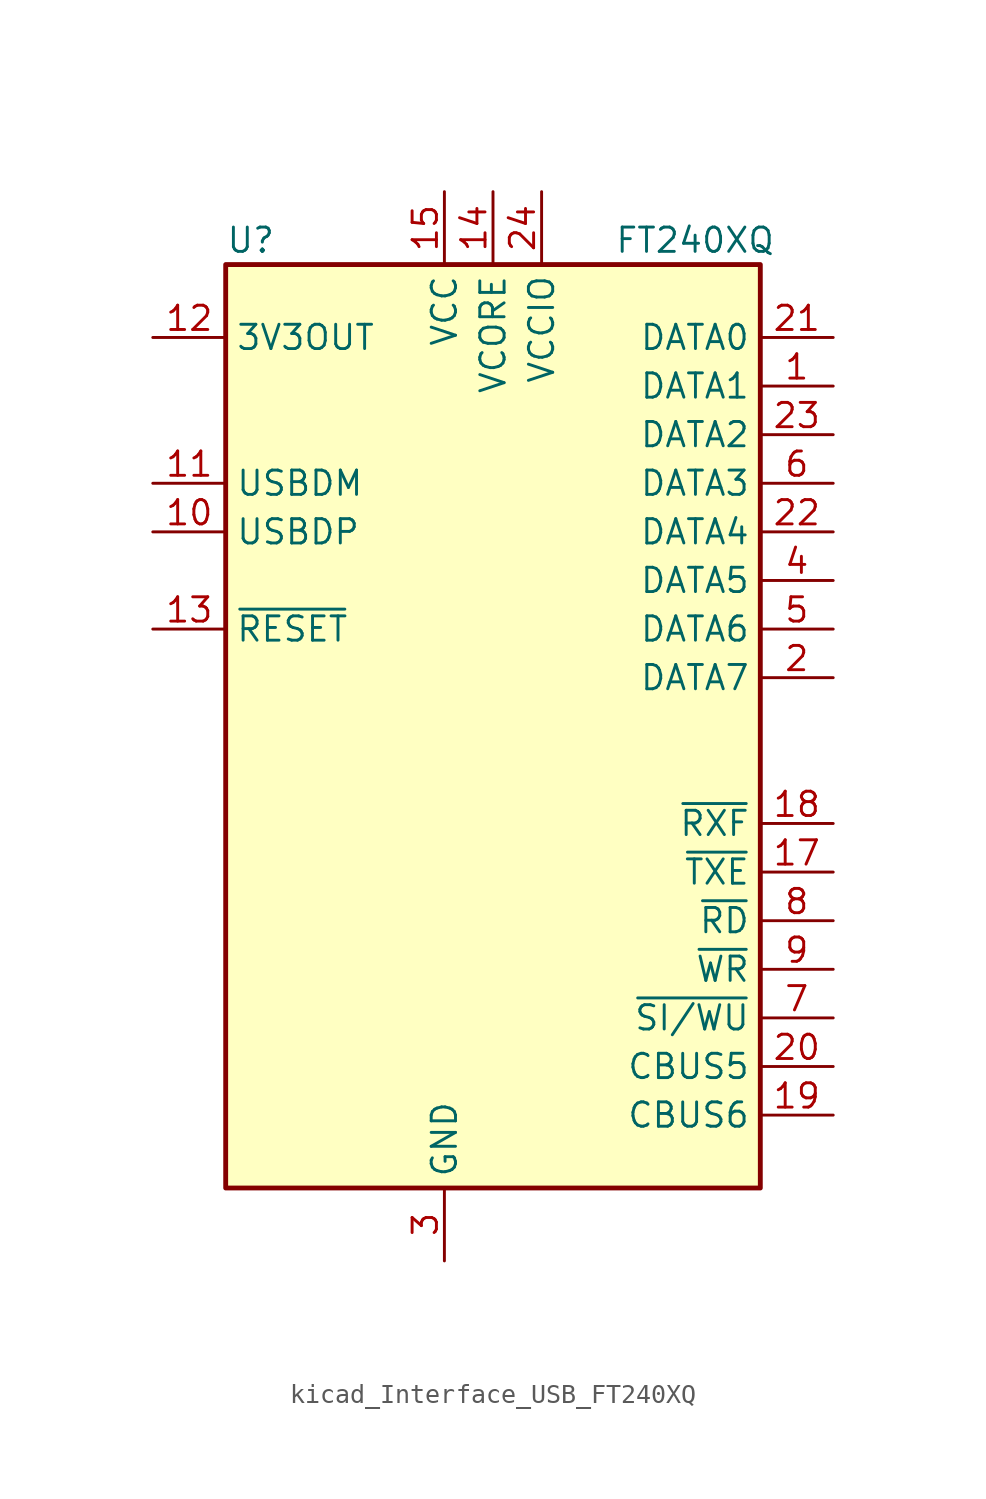
<source format=kicad_sym>
(kicad_symbol_lib
  (version 20220914)
  (generator kicad_symbol_editor)
  (symbol "kicad_Interface_USB_FT240XQ"
    (property "Reference" "U"
      (at -13.97 25.4 0)
      (effects (font (size 1.27 1.27)) (justify left)))
    (property "Value" "FT240XQ"
      (at 6.35 25.4 0)
      (effects (font (size 1.27 1.27)) (justify left)))
    (symbol "kicad_Interface_USB_FT240XQ_0_1"
      (rectangle (start 13.97 -24.13) (end -13.97 24.13) (stroke (width 0.254) (type default)) (fill (type background))))
    (symbol "kicad_Interface_USB_FT240XQ_1_1"
      (pin bidirectional line (at 17.78 17.78 180) (length 3.81) (name "DATA1" (effects (font (size 1.27 1.27)))) (number "1" (effects (font (size 1.27 1.27)))))
      (pin bidirectional line (at -17.78 10.16 0) (length 3.81) (name "USBDP" (effects (font (size 1.27 1.27)))) (number "10" (effects (font (size 1.27 1.27)))))
      (pin bidirectional line (at -17.78 12.7 0) (length 3.81) (name "USBDM" (effects (font (size 1.27 1.27)))) (number "11" (effects (font (size 1.27 1.27)))))
      (pin power_out line (at -17.78 20.32 0) (length 3.81) (name "3V3OUT" (effects (font (size 1.27 1.27)))) (number "12" (effects (font (size 1.27 1.27)))))
      (pin input line (at -17.78 5.08 0) (length 3.81) (name "~{RESET}" (effects (font (size 1.27 1.27)))) (number "13" (effects (font (size 1.27 1.27)))))
      (pin power_out line (at 0 27.94 270) (length 3.81) (name "VCORE" (effects (font (size 1.27 1.27)))) (number "14" (effects (font (size 1.27 1.27)))))
      (pin power_in line (at -2.54 27.94 270) (length 3.81) (name "VCC" (effects (font (size 1.27 1.27)))) (number "15" (effects (font (size 1.27 1.27)))))
      (pin passive line (at -2.54 -27.94 90) (length 3.81) hide (name "GND" (effects (font (size 1.27 1.27)))) (number "16" (effects (font (size 1.27 1.27)))))
      (pin output line (at 17.78 -7.62 180) (length 3.81) (name "~{TXE}" (effects (font (size 1.27 1.27)))) (number "17" (effects (font (size 1.27 1.27)))))
      (pin output line (at 17.78 -5.08 180) (length 3.81) (name "~{RXF}" (effects (font (size 1.27 1.27)))) (number "18" (effects (font (size 1.27 1.27)))))
      (pin bidirectional line (at 17.78 -20.32 180) (length 3.81) (name "CBUS6" (effects (font (size 1.27 1.27)))) (number "19" (effects (font (size 1.27 1.27)))))
      (pin bidirectional line (at 17.78 2.54 180) (length 3.81) (name "DATA7" (effects (font (size 1.27 1.27)))) (number "2" (effects (font (size 1.27 1.27)))))
      (pin bidirectional line (at 17.78 -17.78 180) (length 3.81) (name "CBUS5" (effects (font (size 1.27 1.27)))) (number "20" (effects (font (size 1.27 1.27)))))
      (pin bidirectional line (at 17.78 20.32 180) (length 3.81) (name "DATA0" (effects (font (size 1.27 1.27)))) (number "21" (effects (font (size 1.27 1.27)))))
      (pin bidirectional line (at 17.78 10.16 180) (length 3.81) (name "DATA4" (effects (font (size 1.27 1.27)))) (number "22" (effects (font (size 1.27 1.27)))))
      (pin bidirectional line (at 17.78 15.24 180) (length 3.81) (name "DATA2" (effects (font (size 1.27 1.27)))) (number "23" (effects (font (size 1.27 1.27)))))
      (pin power_in line (at 2.54 27.94 270) (length 3.81) (name "VCCIO" (effects (font (size 1.27 1.27)))) (number "24" (effects (font (size 1.27 1.27)))))
      (pin passive line (at -2.54 -27.94 90) (length 3.81) hide (name "GND" (effects (font (size 1.27 1.27)))) (number "25" (effects (font (size 1.27 1.27)))))
      (pin power_in line (at -2.54 -27.94 90) (length 3.81) (name "GND" (effects (font (size 1.27 1.27)))) (number "3" (effects (font (size 1.27 1.27)))))
      (pin bidirectional line (at 17.78 7.62 180) (length 3.81) (name "DATA5" (effects (font (size 1.27 1.27)))) (number "4" (effects (font (size 1.27 1.27)))))
      (pin bidirectional line (at 17.78 5.08 180) (length 3.81) (name "DATA6" (effects (font (size 1.27 1.27)))) (number "5" (effects (font (size 1.27 1.27)))))
      (pin bidirectional line (at 17.78 12.7 180) (length 3.81) (name "DATA3" (effects (font (size 1.27 1.27)))) (number "6" (effects (font (size 1.27 1.27)))))
      (pin input line (at 17.78 -15.24 180) (length 3.81) (name "~{SI/WU}" (effects (font (size 1.27 1.27)))) (number "7" (effects (font (size 1.27 1.27)))))
      (pin input line (at 17.78 -10.16 180) (length 3.81) (name "~{RD}" (effects (font (size 1.27 1.27)))) (number "8" (effects (font (size 1.27 1.27)))))
      (pin input line (at 17.78 -12.7 180) (length 3.81) (name "~{WR}" (effects (font (size 1.27 1.27)))) (number "9" (effects (font (size 1.27 1.27))))))))
</source>
